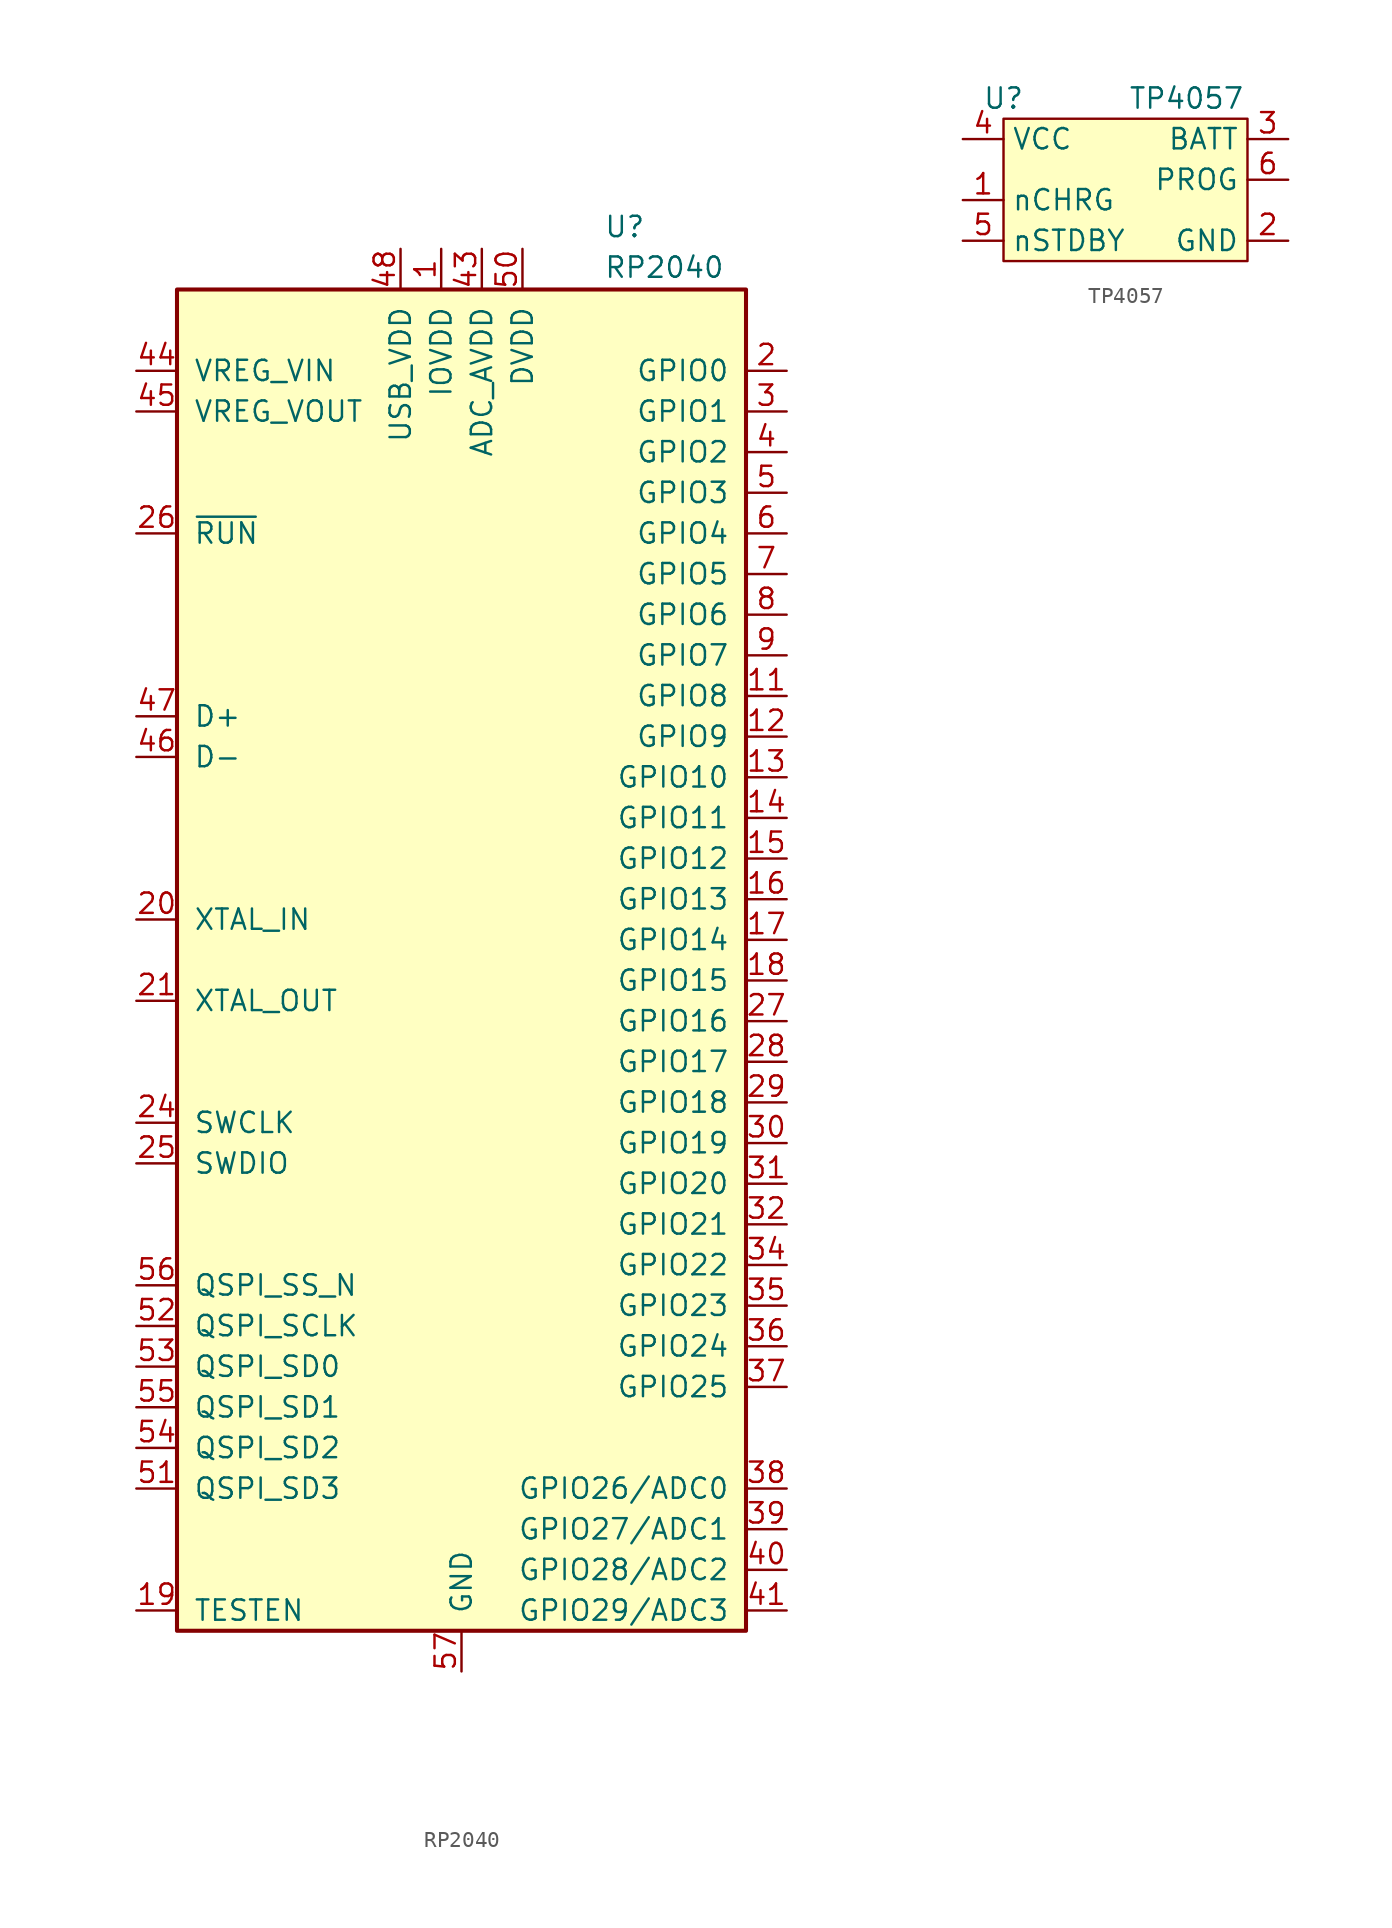
<source format=kicad_sym>
(kicad_symbol_lib
  (version 20211014)
  (generator kicad_symbol_editor)
  (symbol "RP2040"
    (pin_names
      (offset 1.016))
    (property "Reference" "U"
      (at 8.89 51.435 0)
      (effects (font (size 1.27 1.27)) (justify left bottom)))
    (property "Value" "RP2040"
      (at 8.89 48.895 0)
      (effects (font (size 1.27 1.27)) (justify left bottom)))
    (symbol "RP2040_0_0"
      (rectangle (start -17.78 48.26) (end 17.78 -35.56) (stroke (width 0.254) (type default) (color 0 0 0 0)) (fill (type background))))
    (symbol "RP2040_1_1"
      (pin power_in line (at -1.27 50.8 270) (length 2.54) (name "IOVDD" (effects (font (size 1.27 1.27)))) (number "1" (effects (font (size 1.27 1.27)))))
      (pin power_in line (at -1.27 50.8 270) (length 2.54) hide (name "IOVDD" (effects (font (size 1.27 1.27)))) (number "10" (effects (font (size 1.27 1.27)))))
      (pin bidirectional line (at 20.32 22.86 180) (length 2.54) (name "GPIO8" (effects (font (size 1.27 1.27)))) (number "11" (effects (font (size 1.27 1.27)))))
      (pin bidirectional line (at 20.32 20.32 180) (length 2.54) (name "GPIO9" (effects (font (size 1.27 1.27)))) (number "12" (effects (font (size 1.27 1.27)))))
      (pin bidirectional line (at 20.32 17.78 180) (length 2.54) (name "GPIO10" (effects (font (size 1.27 1.27)))) (number "13" (effects (font (size 1.27 1.27)))))
      (pin bidirectional line (at 20.32 15.24 180) (length 2.54) (name "GPIO11" (effects (font (size 1.27 1.27)))) (number "14" (effects (font (size 1.27 1.27)))))
      (pin bidirectional line (at 20.32 12.7 180) (length 2.54) (name "GPIO12" (effects (font (size 1.27 1.27)))) (number "15" (effects (font (size 1.27 1.27)))))
      (pin bidirectional line (at 20.32 10.16 180) (length 2.54) (name "GPIO13" (effects (font (size 1.27 1.27)))) (number "16" (effects (font (size 1.27 1.27)))))
      (pin bidirectional line (at 20.32 7.62 180) (length 2.54) (name "GPIO14" (effects (font (size 1.27 1.27)))) (number "17" (effects (font (size 1.27 1.27)))))
      (pin bidirectional line (at 20.32 5.08 180) (length 2.54) (name "GPIO15" (effects (font (size 1.27 1.27)))) (number "18" (effects (font (size 1.27 1.27)))))
      (pin input line (at -20.32 -34.29 0) (length 2.54) (name "TESTEN" (effects (font (size 1.27 1.27)))) (number "19" (effects (font (size 1.27 1.27)))))
      (pin bidirectional line (at 20.32 43.18 180) (length 2.54) (name "GPIO0" (effects (font (size 1.27 1.27)))) (number "2" (effects (font (size 1.27 1.27)))))
      (pin input line (at -20.32 8.89 0) (length 2.54) (name "XTAL_IN" (effects (font (size 1.27 1.27)))) (number "20" (effects (font (size 1.27 1.27)))))
      (pin input line (at -20.32 3.81 0) (length 2.54) (name "XTAL_OUT" (effects (font (size 1.27 1.27)))) (number "21" (effects (font (size 1.27 1.27)))))
      (pin power_in line (at -1.27 50.8 270) (length 2.54) hide (name "IOVDD" (effects (font (size 1.27 1.27)))) (number "22" (effects (font (size 1.27 1.27)))))
      (pin power_in line (at 3.81 50.8 270) (length 2.54) hide (name "DVDD" (effects (font (size 1.27 1.27)))) (number "23" (effects (font (size 1.27 1.27)))))
      (pin input line (at -20.32 -3.81 0) (length 2.54) (name "SWCLK" (effects (font (size 1.27 1.27)))) (number "24" (effects (font (size 1.27 1.27)))))
      (pin bidirectional line (at -20.32 -6.35 0) (length 2.54) (name "SWDIO" (effects (font (size 1.27 1.27)))) (number "25" (effects (font (size 1.27 1.27)))))
      (pin input line (at -20.32 33.02 0) (length 2.54) (name "~{RUN}" (effects (font (size 1.27 1.27)))) (number "26" (effects (font (size 1.27 1.27)))))
      (pin bidirectional line (at 20.32 2.54 180) (length 2.54) (name "GPIO16" (effects (font (size 1.27 1.27)))) (number "27" (effects (font (size 1.27 1.27)))))
      (pin bidirectional line (at 20.32 0 180) (length 2.54) (name "GPIO17" (effects (font (size 1.27 1.27)))) (number "28" (effects (font (size 1.27 1.27)))))
      (pin bidirectional line (at 20.32 -2.54 180) (length 2.54) (name "GPIO18" (effects (font (size 1.27 1.27)))) (number "29" (effects (font (size 1.27 1.27)))))
      (pin bidirectional line (at 20.32 40.64 180) (length 2.54) (name "GPIO1" (effects (font (size 1.27 1.27)))) (number "3" (effects (font (size 1.27 1.27)))))
      (pin bidirectional line (at 20.32 -5.08 180) (length 2.54) (name "GPIO19" (effects (font (size 1.27 1.27)))) (number "30" (effects (font (size 1.27 1.27)))))
      (pin bidirectional line (at 20.32 -7.62 180) (length 2.54) (name "GPIO20" (effects (font (size 1.27 1.27)))) (number "31" (effects (font (size 1.27 1.27)))))
      (pin bidirectional line (at 20.32 -10.16 180) (length 2.54) (name "GPIO21" (effects (font (size 1.27 1.27)))) (number "32" (effects (font (size 1.27 1.27)))))
      (pin power_in line (at -1.27 50.8 270) (length 2.54) hide (name "IOVDD" (effects (font (size 1.27 1.27)))) (number "33" (effects (font (size 1.27 1.27)))))
      (pin bidirectional line (at 20.32 -12.7 180) (length 2.54) (name "GPIO22" (effects (font (size 1.27 1.27)))) (number "34" (effects (font (size 1.27 1.27)))))
      (pin bidirectional line (at 20.32 -15.24 180) (length 2.54) (name "GPIO23" (effects (font (size 1.27 1.27)))) (number "35" (effects (font (size 1.27 1.27)))))
      (pin bidirectional line (at 20.32 -17.78 180) (length 2.54) (name "GPIO24" (effects (font (size 1.27 1.27)))) (number "36" (effects (font (size 1.27 1.27)))))
      (pin bidirectional line (at 20.32 -20.32 180) (length 2.54) (name "GPIO25" (effects (font (size 1.27 1.27)))) (number "37" (effects (font (size 1.27 1.27)))))
      (pin bidirectional line (at 20.32 -26.67 180) (length 2.54) (name "GPIO26/ADC0" (effects (font (size 1.27 1.27)))) (number "38" (effects (font (size 1.27 1.27)))))
      (pin bidirectional line (at 20.32 -29.21 180) (length 2.54) (name "GPIO27/ADC1" (effects (font (size 1.27 1.27)))) (number "39" (effects (font (size 1.27 1.27)))))
      (pin bidirectional line (at 20.32 38.1 180) (length 2.54) (name "GPIO2" (effects (font (size 1.27 1.27)))) (number "4" (effects (font (size 1.27 1.27)))))
      (pin bidirectional line (at 20.32 -31.75 180) (length 2.54) (name "GPIO28/ADC2" (effects (font (size 1.27 1.27)))) (number "40" (effects (font (size 1.27 1.27)))))
      (pin bidirectional line (at 20.32 -34.29 180) (length 2.54) (name "GPIO29/ADC3" (effects (font (size 1.27 1.27)))) (number "41" (effects (font (size 1.27 1.27)))))
      (pin power_in line (at -1.27 50.8 270) (length 2.54) hide (name "IOVDD" (effects (font (size 1.27 1.27)))) (number "42" (effects (font (size 1.27 1.27)))))
      (pin power_in line (at 1.27 50.8 270) (length 2.54) (name "ADC_AVDD" (effects (font (size 1.27 1.27)))) (number "43" (effects (font (size 1.27 1.27)))))
      (pin power_in line (at -20.32 43.18 0) (length 2.54) (name "VREG_VIN" (effects (font (size 1.27 1.27)))) (number "44" (effects (font (size 1.27 1.27)))))
      (pin power_out line (at -20.32 40.64 0) (length 2.54) (name "VREG_VOUT" (effects (font (size 1.27 1.27)))) (number "45" (effects (font (size 1.27 1.27)))))
      (pin bidirectional line (at -20.32 19.05 0) (length 2.54) (name "D-" (effects (font (size 1.27 1.27)))) (number "46" (effects (font (size 1.27 1.27)))))
      (pin bidirectional line (at -20.32 21.59 0) (length 2.54) (name "D+" (effects (font (size 1.27 1.27)))) (number "47" (effects (font (size 1.27 1.27)))))
      (pin power_in line (at -3.81 50.8 270) (length 2.54) (name "USB_VDD" (effects (font (size 1.27 1.27)))) (number "48" (effects (font (size 1.27 1.27)))))
      (pin power_in line (at -1.27 50.8 270) (length 2.54) hide (name "IOVDD" (effects (font (size 1.27 1.27)))) (number "49" (effects (font (size 1.27 1.27)))))
      (pin bidirectional line (at 20.32 35.56 180) (length 2.54) (name "GPIO3" (effects (font (size 1.27 1.27)))) (number "5" (effects (font (size 1.27 1.27)))))
      (pin power_in line (at 3.81 50.8 270) (length 2.54) (name "DVDD" (effects (font (size 1.27 1.27)))) (number "50" (effects (font (size 1.27 1.27)))))
      (pin bidirectional line (at -20.32 -26.67 0) (length 2.54) (name "QSPI_SD3" (effects (font (size 1.27 1.27)))) (number "51" (effects (font (size 1.27 1.27)))))
      (pin bidirectional line (at -20.32 -16.51 0) (length 2.54) (name "QSPI_SCLK" (effects (font (size 1.27 1.27)))) (number "52" (effects (font (size 1.27 1.27)))))
      (pin bidirectional line (at -20.32 -19.05 0) (length 2.54) (name "QSPI_SD0" (effects (font (size 1.27 1.27)))) (number "53" (effects (font (size 1.27 1.27)))))
      (pin bidirectional line (at -20.32 -24.13 0) (length 2.54) (name "QSPI_SD2" (effects (font (size 1.27 1.27)))) (number "54" (effects (font (size 1.27 1.27)))))
      (pin bidirectional line (at -20.32 -21.59 0) (length 2.54) (name "QSPI_SD1" (effects (font (size 1.27 1.27)))) (number "55" (effects (font (size 1.27 1.27)))))
      (pin bidirectional line (at -20.32 -13.97 0) (length 2.54) (name "QSPI_SS_N" (effects (font (size 1.27 1.27)))) (number "56" (effects (font (size 1.27 1.27)))))
      (pin power_in line (at 0 -38.1 90) (length 2.54) (name "GND" (effects (font (size 1.27 1.27)))) (number "57" (effects (font (size 1.27 1.27)))))
      (pin bidirectional line (at 20.32 33.02 180) (length 2.54) (name "GPIO4" (effects (font (size 1.27 1.27)))) (number "6" (effects (font (size 1.27 1.27)))))
      (pin bidirectional line (at 20.32 30.48 180) (length 2.54) (name "GPIO5" (effects (font (size 1.27 1.27)))) (number "7" (effects (font (size 1.27 1.27)))))
      (pin bidirectional line (at 20.32 27.94 180) (length 2.54) (name "GPIO6" (effects (font (size 1.27 1.27)))) (number "8" (effects (font (size 1.27 1.27)))))
      (pin bidirectional line (at 20.32 25.4 180) (length 2.54) (name "GPIO7" (effects (font (size 1.27 1.27)))) (number "9" (effects (font (size 1.27 1.27)))))))
  (symbol "TP4057"
    (property "Reference" "U"
      (at -7.62 6.35 0)
      (effects (font (size 1.27 1.27))))
    (property "Value" "TP4057"
      (at 3.81 6.35 0)
      (effects (font (size 1.27 1.27))))
    (symbol "TP4057_0_1"
      (rectangle (start -7.62 5.08) (end 7.62 -3.81) (stroke (width 0.152) (type default) (color 0 0 0 0)) (fill (type background))))
    (symbol "TP4057_1_1"
      (pin input line (at -10.16 0 0) (length 2.54) (name "nCHRG" (effects (font (size 1.27 1.27)))) (number "1" (effects (font (size 1.27 1.27)))))
      (pin power_out line (at 10.16 -2.54 180) (length 2.54) (name "GND" (effects (font (size 1.27 1.27)))) (number "2" (effects (font (size 1.27 1.27)))))
      (pin output line (at 10.16 3.81 180) (length 2.54) (name "BATT" (effects (font (size 1.27 1.27)))) (number "3" (effects (font (size 1.27 1.27)))))
      (pin power_in line (at -10.16 3.81 0) (length 2.54) (name "VCC" (effects (font (size 1.27 1.27)))) (number "4" (effects (font (size 1.27 1.27)))))
      (pin input line (at -10.16 -2.54 0) (length 2.54) (name "nSTDBY" (effects (font (size 1.27 1.27)))) (number "5" (effects (font (size 1.27 1.27)))))
      (pin output line (at 10.16 1.27 180) (length 2.54) (name "PROG" (effects (font (size 1.27 1.27)))) (number "6" (effects (font (size 1.27 1.27))))))))
</source>
